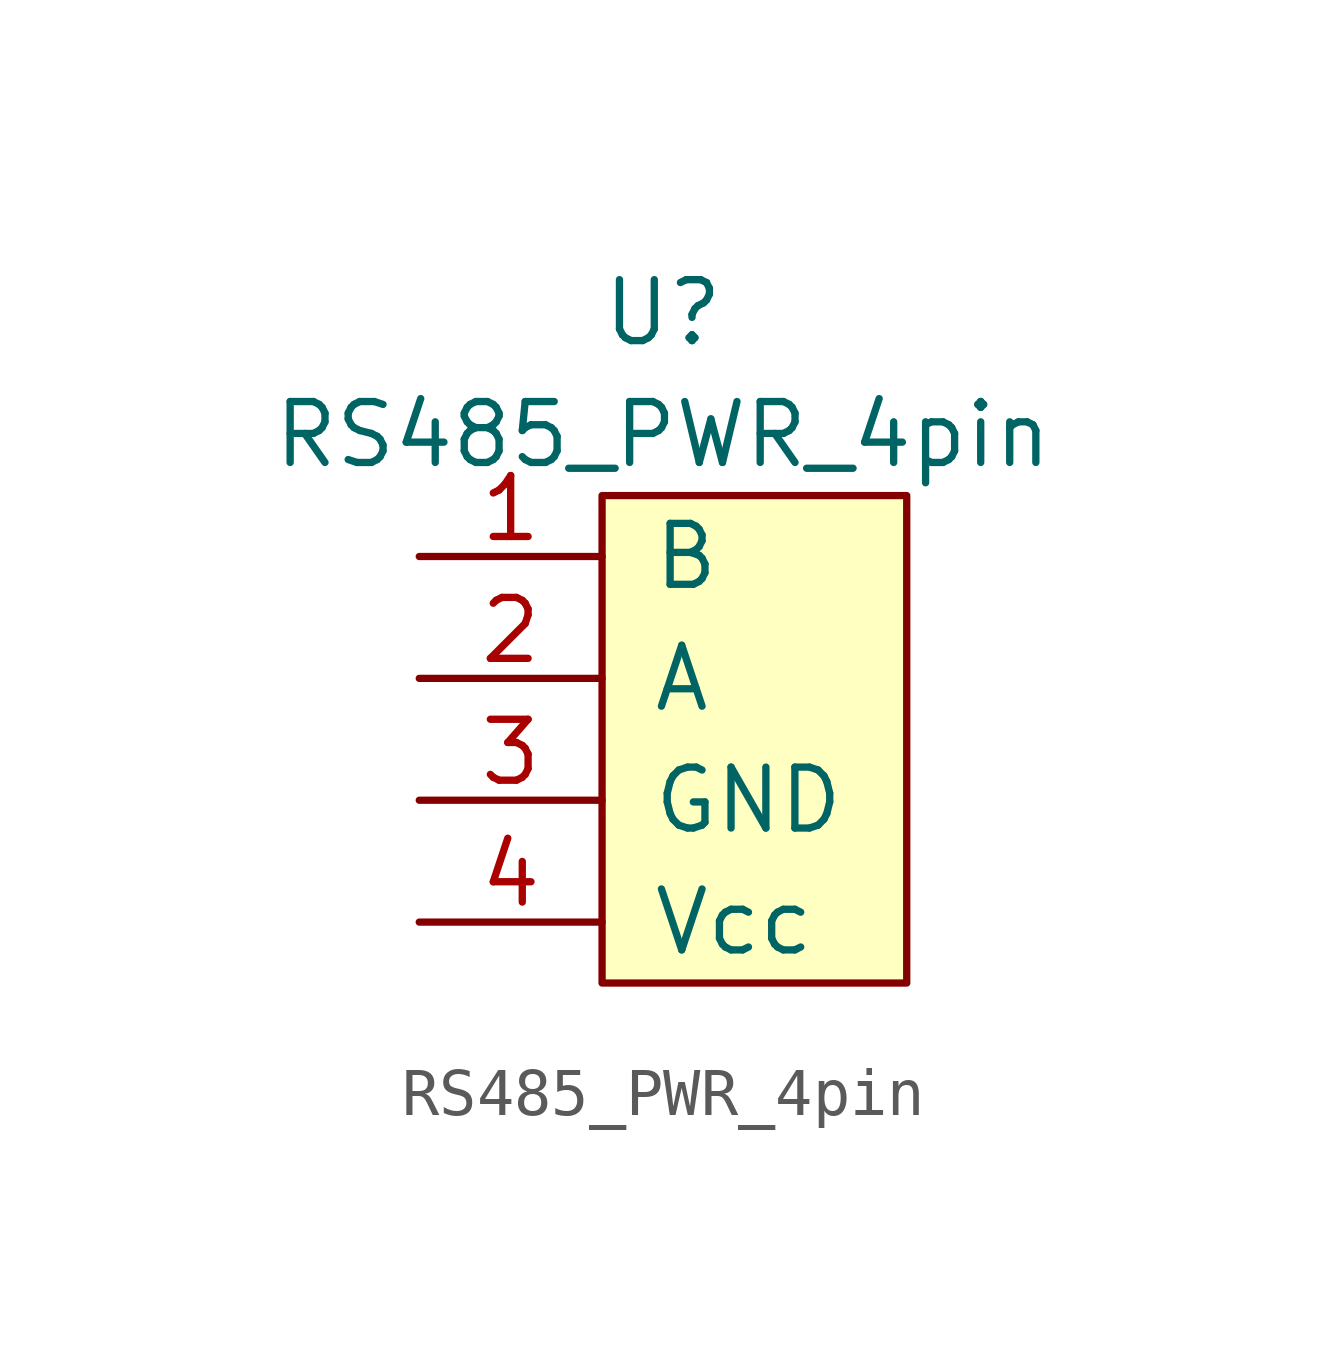
<source format=kicad_sym>
(kicad_symbol_lib
  (version 20211014)
  (generator kicad_symbol_editor)
  (symbol "RS485_PWR_4pin"
    (pin_names
      (offset 1.016))
    (property "Reference" "U"
      (at -1.27 7.62 0)
      (effects (font (size 1.27 1.27))))
    (property "Value" "RS485_PWR_4pin"
      (at -1.27 5.08 0)
      (effects (font (size 1.27 1.27))))
    (symbol "RS485_PWR_4pin_0_0"
      (pin power_in line (at -6.35 -5.08 0) (length 3.81) (name "Vcc" (effects (font (size 1.27 1.27)))) (number "4" (effects (font (size 1.27 1.27))))))
    (symbol "RS485_PWR_4pin_0_1"
      (rectangle (start -2.54 3.81) (end 3.81 -6.35) (stroke (width 0) (type default) (color 0 0 0 0)) (fill (type background))))
    (symbol "RS485_PWR_4pin_1_1"
      (pin passive line (at -6.35 2.54 0) (length 3.81) (name "B" (effects (font (size 1.27 1.27)))) (number "1" (effects (font (size 1.27 1.27)))))
      (pin passive line (at -6.35 0 0) (length 3.81) (name "A" (effects (font (size 1.27 1.27)))) (number "2" (effects (font (size 1.27 1.27)))))
      (pin power_in line (at -6.35 -2.54 0) (length 3.81) (name "GND" (effects (font (size 1.27 1.27)))) (number "3" (effects (font (size 1.27 1.27))))))))
</source>
